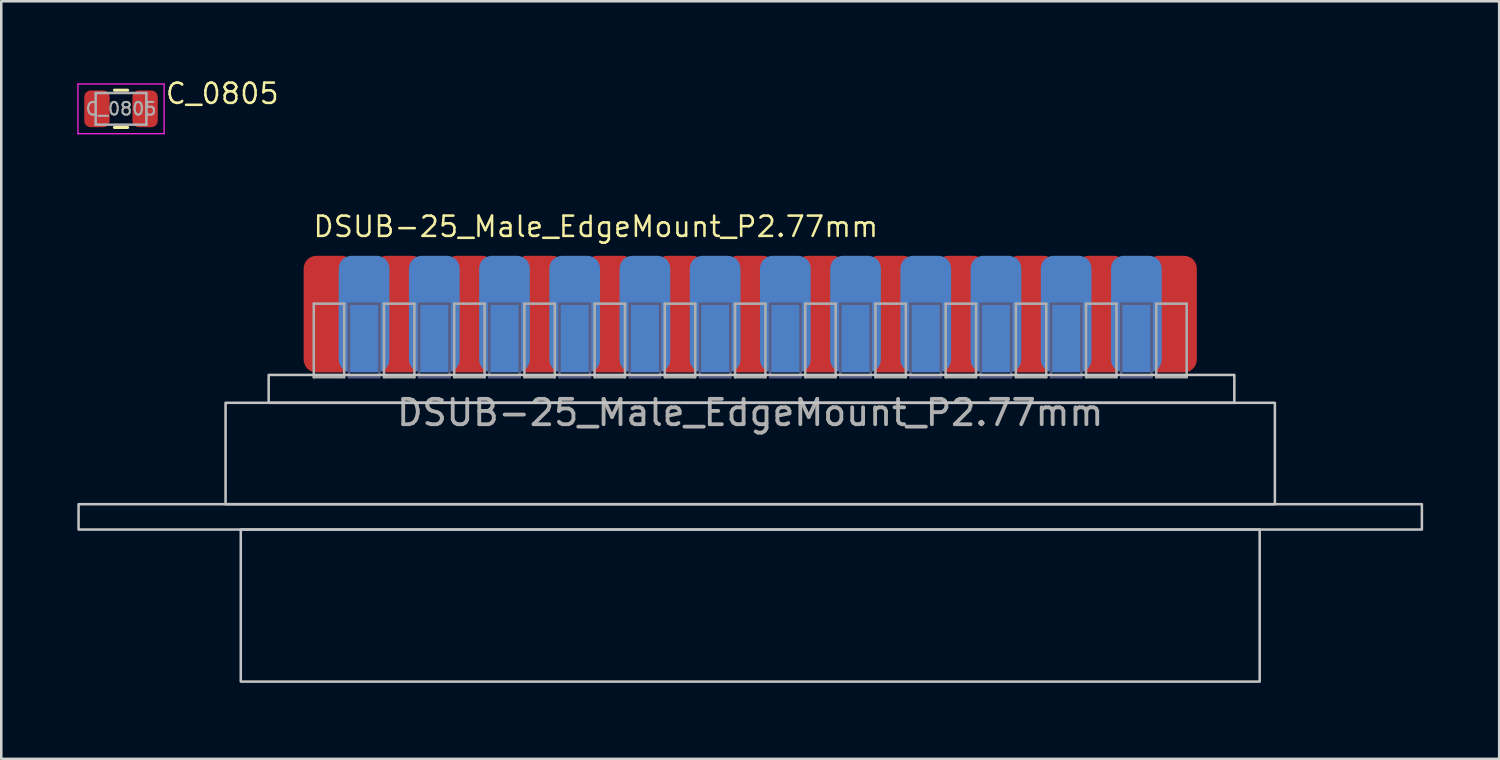
<source format=kicad_pcb>
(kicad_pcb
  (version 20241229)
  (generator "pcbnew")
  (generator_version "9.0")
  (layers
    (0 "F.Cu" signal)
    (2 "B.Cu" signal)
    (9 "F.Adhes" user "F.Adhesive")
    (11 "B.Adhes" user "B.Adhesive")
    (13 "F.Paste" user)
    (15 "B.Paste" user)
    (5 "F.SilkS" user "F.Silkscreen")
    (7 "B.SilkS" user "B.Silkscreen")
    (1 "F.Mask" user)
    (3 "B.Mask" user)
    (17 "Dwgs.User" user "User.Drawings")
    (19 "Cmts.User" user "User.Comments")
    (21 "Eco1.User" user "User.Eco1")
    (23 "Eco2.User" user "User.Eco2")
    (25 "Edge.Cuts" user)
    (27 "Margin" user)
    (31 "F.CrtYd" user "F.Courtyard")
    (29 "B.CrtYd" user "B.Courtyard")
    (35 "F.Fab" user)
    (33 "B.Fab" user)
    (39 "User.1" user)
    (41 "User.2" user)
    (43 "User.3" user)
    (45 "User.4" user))
  (footprint "DSUB-25_Male_EdgeMount_P2.77mm"
    (layer "F.Cu")
    (at 26.55 11.742)
    (property "Reference" "DSUB-25_Male_EdgeMount_P2.77mm" (at -17.3 -5.85 0) (unlocked yes) (layer "F.SilkS") (effects (font (size 0.8 0.8) (thickness 0.1)) (justify left)))
    (attr through_hole)
    (fp_rect (start -26.5 5.1) (end 26.5 6.1) (stroke (width 0.1) (type default)) (fill no) (layer "Dwgs.User"))
    (fp_rect (start -20.7 1.1) (end 20.7 5.1) (stroke (width 0.1) (type default)) (fill no) (layer "Dwgs.User"))
    (fp_rect (start -20.1 6.1) (end 20.1 12.1) (stroke (width 0.1) (type default)) (fill no) (layer "Dwgs.User"))
    (fp_rect (start -19 0) (end 19.1 1.1) (stroke (width 0.1) (type default)) (fill no) (layer "Dwgs.User"))
    (fp_line (start -15.835 -2.81) (end -15.835 0.09) (stroke (width 0.1) (type solid)) (layer "B.Fab"))
    (fp_line (start -15.835 0.09) (end -14.635 0.09) (stroke (width 0.1) (type solid)) (layer "B.Fab"))
    (fp_line (start -14.635 -2.81) (end -15.835 -2.81) (stroke (width 0.1) (type solid)) (layer "B.Fab"))
    (fp_line (start -14.635 0.09) (end -14.635 -2.81) (stroke (width 0.1) (type solid)) (layer "B.Fab"))
    (fp_line (start -13.065 -2.81) (end -13.065 0.09) (stroke (width 0.1) (type solid)) (layer "B.Fab"))
    (fp_line (start -13.065 0.09) (end -11.865 0.09) (stroke (width 0.1) (type solid)) (layer "B.Fab"))
    (fp_line (start -11.865 -2.81) (end -13.065 -2.81) (stroke (width 0.1) (type solid)) (layer "B.Fab"))
    (fp_line (start -11.865 0.09) (end -11.865 -2.81) (stroke (width 0.1) (type solid)) (layer "B.Fab"))
    (fp_line (start -10.295 -2.81) (end -10.295 0.09) (stroke (width 0.1) (type solid)) (layer "B.Fab"))
    (fp_line (start -10.295 0.09) (end -9.095 0.09) (stroke (width 0.1) (type solid)) (layer "B.Fab"))
    (fp_line (start -9.095 -2.81) (end -10.295 -2.81) (stroke (width 0.1) (type solid)) (layer "B.Fab"))
    (fp_line (start -9.095 0.09) (end -9.095 -2.81) (stroke (width 0.1) (type solid)) (layer "B.Fab"))
    (fp_line (start -7.525 -2.81) (end -7.525 0.09) (stroke (width 0.1) (type solid)) (layer "B.Fab"))
    (fp_line (start -7.525 0.09) (end -6.325 0.09) (stroke (width 0.1) (type solid)) (layer "B.Fab"))
    (fp_line (start -6.325 -2.81) (end -7.525 -2.81) (stroke (width 0.1) (type solid)) (layer "B.Fab"))
    (fp_line (start -6.325 0.09) (end -6.325 -2.81) (stroke (width 0.1) (type solid)) (layer "B.Fab"))
    (fp_line (start -4.755 -2.81) (end -4.755 0.09) (stroke (width 0.1) (type solid)) (layer "B.Fab"))
    (fp_line (start -4.755 0.09) (end -3.555 0.09) (stroke (width 0.1) (type solid)) (layer "B.Fab"))
    (fp_line (start -3.555 -2.81) (end -4.755 -2.81) (stroke (width 0.1) (type solid)) (layer "B.Fab"))
    (fp_line (start -3.555 0.09) (end -3.555 -2.81) (stroke (width 0.1) (type solid)) (layer "B.Fab"))
    (fp_line (start -1.985 -2.81) (end -1.985 0.09) (stroke (width 0.1) (type solid)) (layer "B.Fab"))
    (fp_line (start -1.985 0.09) (end -0.785 0.09) (stroke (width 0.1) (type solid)) (layer "B.Fab"))
    (fp_line (start -0.785 -2.81) (end -1.985 -2.81) (stroke (width 0.1) (type solid)) (layer "B.Fab"))
    (fp_line (start -0.785 0.09) (end -0.785 -2.81) (stroke (width 0.1) (type solid)) (layer "B.Fab"))
    (fp_line (start 0.785 -2.81) (end 0.785 0.09) (stroke (width 0.1) (type solid)) (layer "B.Fab"))
    (fp_line (start 0.785 0.09) (end 1.985 0.09) (stroke (width 0.1) (type solid)) (layer "B.Fab"))
    (fp_line (start 1.985 -2.81) (end 0.785 -2.81) (stroke (width 0.1) (type solid)) (layer "B.Fab"))
    (fp_line (start 1.985 0.09) (end 1.985 -2.81) (stroke (width 0.1) (type solid)) (layer "B.Fab"))
    (fp_line (start 3.555 -2.81) (end 3.555 0.09) (stroke (width 0.1) (type solid)) (layer "B.Fab"))
    (fp_line (start 3.555 0.09) (end 4.755 0.09) (stroke (width 0.1) (type solid)) (layer "B.Fab"))
    (fp_line (start 4.755 -2.81) (end 3.555 -2.81) (stroke (width 0.1) (type solid)) (layer "B.Fab"))
    (fp_line (start 4.755 0.09) (end 4.755 -2.81) (stroke (width 0.1) (type solid)) (layer "B.Fab"))
    (fp_line (start 6.325 -2.81) (end 6.325 0.09) (stroke (width 0.1) (type solid)) (layer "B.Fab"))
    (fp_line (start 6.325 0.09) (end 7.525 0.09) (stroke (width 0.1) (type solid)) (layer "B.Fab"))
    (fp_line (start 7.525 -2.81) (end 6.325 -2.81) (stroke (width 0.1) (type solid)) (layer "B.Fab"))
    (fp_line (start 7.525 0.09) (end 7.525 -2.81) (stroke (width 0.1) (type solid)) (layer "B.Fab"))
    (fp_line (start 9.095 -2.81) (end 9.095 0.09) (stroke (width 0.1) (type solid)) (layer "B.Fab"))
    (fp_line (start 9.095 0.09) (end 10.295 0.09) (stroke (width 0.1) (type solid)) (layer "B.Fab"))
    (fp_line (start 10.295 -2.81) (end 9.095 -2.81) (stroke (width 0.1) (type solid)) (layer "B.Fab"))
    (fp_line (start 10.295 0.09) (end 10.295 -2.81) (stroke (width 0.1) (type solid)) (layer "B.Fab"))
    (fp_line (start 11.865 -2.81) (end 11.865 0.09) (stroke (width 0.1) (type solid)) (layer "B.Fab"))
    (fp_line (start 11.865 0.09) (end 13.065 0.09) (stroke (width 0.1) (type solid)) (layer "B.Fab"))
    (fp_line (start 13.065 -2.81) (end 11.865 -2.81) (stroke (width 0.1) (type solid)) (layer "B.Fab"))
    (fp_line (start 13.065 0.09) (end 13.065 -2.81) (stroke (width 0.1) (type solid)) (layer "B.Fab"))
    (fp_line (start 14.635 -2.81) (end 14.635 0.09) (stroke (width 0.1) (type solid)) (layer "B.Fab"))
    (fp_line (start 14.635 0.09) (end 15.835 0.09) (stroke (width 0.1) (type solid)) (layer "B.Fab"))
    (fp_line (start 15.835 -2.81) (end 14.635 -2.81) (stroke (width 0.1) (type solid)) (layer "B.Fab"))
    (fp_line (start 15.835 0.09) (end 15.835 -2.81) (stroke (width 0.1) (type solid)) (layer "B.Fab"))
    (fp_line (start -17.22 -2.81) (end -17.22 0.09) (stroke (width 0.1) (type solid)) (layer "F.Fab"))
    (fp_line (start -17.22 0.09) (end -16.02 0.09) (stroke (width 0.1) (type solid)) (layer "F.Fab"))
    (fp_line (start -16.02 -2.81) (end -17.22 -2.81) (stroke (width 0.1) (type solid)) (layer "F.Fab"))
    (fp_line (start -16.02 0.09) (end -16.02 -2.81) (stroke (width 0.1) (type solid)) (layer "F.Fab"))
    (fp_line (start -14.45 -2.81) (end -14.45 0.09) (stroke (width 0.1) (type solid)) (layer "F.Fab"))
    (fp_line (start -14.45 0.09) (end -13.25 0.09) (stroke (width 0.1) (type solid)) (layer "F.Fab"))
    (fp_line (start -13.25 -2.81) (end -14.45 -2.81) (stroke (width 0.1) (type solid)) (layer "F.Fab"))
    (fp_line (start -13.25 0.09) (end -13.25 -2.81) (stroke (width 0.1) (type solid)) (layer "F.Fab"))
    (fp_line (start -11.68 -2.81) (end -11.68 0.09) (stroke (width 0.1) (type solid)) (layer "F.Fab"))
    (fp_line (start -11.68 0.09) (end -10.48 0.09) (stroke (width 0.1) (type solid)) (layer "F.Fab"))
    (fp_line (start -10.48 -2.81) (end -11.68 -2.81) (stroke (width 0.1) (type solid)) (layer "F.Fab"))
    (fp_line (start -10.48 0.09) (end -10.48 -2.81) (stroke (width 0.1) (type solid)) (layer "F.Fab"))
    (fp_line (start -8.91 -2.81) (end -8.91 0.09) (stroke (width 0.1) (type solid)) (layer "F.Fab"))
    (fp_line (start -8.91 0.09) (end -7.71 0.09) (stroke (width 0.1) (type solid)) (layer "F.Fab"))
    (fp_line (start -7.71 -2.81) (end -8.91 -2.81) (stroke (width 0.1) (type solid)) (layer "F.Fab"))
    (fp_line (start -7.71 0.09) (end -7.71 -2.81) (stroke (width 0.1) (type solid)) (layer "F.Fab"))
    (fp_line (start -6.14 -2.81) (end -6.14 0.09) (stroke (width 0.1) (type solid)) (layer "F.Fab"))
    (fp_line (start -6.14 0.09) (end -4.94 0.09) (stroke (width 0.1) (type solid)) (layer "F.Fab"))
    (fp_line (start -4.94 -2.81) (end -6.14 -2.81) (stroke (width 0.1) (type solid)) (layer "F.Fab"))
    (fp_line (start -4.94 0.09) (end -4.94 -2.81) (stroke (width 0.1) (type solid)) (layer "F.Fab"))
    (fp_line (start -3.37 -2.81) (end -3.37 0.09) (stroke (width 0.1) (type solid)) (layer "F.Fab"))
    (fp_line (start -3.37 0.09) (end -2.17 0.09) (stroke (width 0.1) (type solid)) (layer "F.Fab"))
    (fp_line (start -2.17 -2.81) (end -3.37 -2.81) (stroke (width 0.1) (type solid)) (layer "F.Fab"))
    (fp_line (start -2.17 0.09) (end -2.17 -2.81) (stroke (width 0.1) (type solid)) (layer "F.Fab"))
    (fp_line (start -0.6 -2.81) (end -0.6 0.09) (stroke (width 0.1) (type solid)) (layer "F.Fab"))
    (fp_line (start -0.6 0.09) (end 0.6 0.09) (stroke (width 0.1) (type solid)) (layer "F.Fab"))
    (fp_line (start 0.6 -2.81) (end -0.6 -2.81) (stroke (width 0.1) (type solid)) (layer "F.Fab"))
    (fp_line (start 0.6 0.09) (end 0.6 -2.81) (stroke (width 0.1) (type solid)) (layer "F.Fab"))
    (fp_line (start 2.17 -2.81) (end 2.17 0.09) (stroke (width 0.1) (type solid)) (layer "F.Fab"))
    (fp_line (start 2.17 0.09) (end 3.37 0.09) (stroke (width 0.1) (type solid)) (layer "F.Fab"))
    (fp_line (start 3.37 -2.81) (end 2.17 -2.81) (stroke (width 0.1) (type solid)) (layer "F.Fab"))
    (fp_line (start 3.37 0.09) (end 3.37 -2.81) (stroke (width 0.1) (type solid)) (layer "F.Fab"))
    (fp_line (start 4.94 -2.81) (end 4.94 0.09) (stroke (width 0.1) (type solid)) (layer "F.Fab"))
    (fp_line (start 4.94 0.09) (end 6.14 0.09) (stroke (width 0.1) (type solid)) (layer "F.Fab"))
    (fp_line (start 6.14 -2.81) (end 4.94 -2.81) (stroke (width 0.1) (type solid)) (layer "F.Fab"))
    (fp_line (start 6.14 0.09) (end 6.14 -2.81) (stroke (width 0.1) (type solid)) (layer "F.Fab"))
    (fp_line (start 7.71 -2.81) (end 7.71 0.09) (stroke (width 0.1) (type solid)) (layer "F.Fab"))
    (fp_line (start 7.71 0.09) (end 8.91 0.09) (stroke (width 0.1) (type solid)) (layer "F.Fab"))
    (fp_line (start 8.91 -2.81) (end 7.71 -2.81) (stroke (width 0.1) (type solid)) (layer "F.Fab"))
    (fp_line (start 8.91 0.09) (end 8.91 -2.81) (stroke (width 0.1) (type solid)) (layer "F.Fab"))
    (fp_line (start 10.48 -2.81) (end 10.48 0.09) (stroke (width 0.1) (type solid)) (layer "F.Fab"))
    (fp_line (start 10.48 0.09) (end 11.68 0.09) (stroke (width 0.1) (type solid)) (layer "F.Fab"))
    (fp_line (start 11.68 -2.81) (end 10.48 -2.81) (stroke (width 0.1) (type solid)) (layer "F.Fab"))
    (fp_line (start 11.68 0.09) (end 11.68 -2.81) (stroke (width 0.1) (type solid)) (layer "F.Fab"))
    (fp_line (start 13.25 -2.81) (end 13.25 0.09) (stroke (width 0.1) (type solid)) (layer "F.Fab"))
    (fp_line (start 13.25 0.09) (end 14.45 0.09) (stroke (width 0.1) (type solid)) (layer "F.Fab"))
    (fp_line (start 14.45 -2.81) (end 13.25 -2.81) (stroke (width 0.1) (type solid)) (layer "F.Fab"))
    (fp_line (start 14.45 0.09) (end 14.45 -2.81) (stroke (width 0.1) (type solid)) (layer "F.Fab"))
    (fp_line (start 16.02 -2.81) (end 16.02 0.09) (stroke (width 0.1) (type solid)) (layer "F.Fab"))
    (fp_line (start 16.02 0.09) (end 17.22 0.09) (stroke (width 0.1) (type solid)) (layer "F.Fab"))
    (fp_line (start 17.22 -2.81) (end 16.02 -2.81) (stroke (width 0.1) (type solid)) (layer "F.Fab"))
    (fp_line (start 17.22 0.09) (end 17.22 -2.81) (stroke (width 0.1) (type solid)) (layer "F.Fab"))
    (fp_text user "${REFERENCE}" (at 0 1.49 0) (layer "F.Fab") (effects (font (size 1 1) (thickness 0.15))))
    (pad "1" smd roundrect (at -16.62 -2.4) (size 2 4.6) (layers "F.Cu" "F.Mask") (roundrect_rratio 0.25))
    (pad "2" smd roundrect (at -13.85 -2.4) (size 2 4.6) (layers "F.Cu" "F.Mask") (roundrect_rratio 0.25))
    (pad "3" smd roundrect (at -11.08 -2.4) (size 2 4.6) (layers "F.Cu" "F.Mask") (roundrect_rratio 0.25))
    (pad "4" smd roundrect (at -8.31 -2.4) (size 2 4.6) (layers "F.Cu" "F.Mask") (roundrect_rratio 0.25))
    (pad "5" smd roundrect (at -5.54 -2.4) (size 2 4.6) (layers "F.Cu" "F.Mask") (roundrect_rratio 0.25))
    (pad "6" smd roundrect (at -2.77 -2.4) (size 2 4.6) (layers "F.Cu" "F.Mask") (roundrect_rratio 0.25))
    (pad "7" smd roundrect (at 0 -2.4) (size 2 4.6) (layers "F.Cu" "F.Mask") (roundrect_rratio 0.25))
    (pad "8" smd roundrect (at 2.77 -2.4) (size 2 4.6) (layers "F.Cu" "F.Mask") (roundrect_rratio 0.25))
    (pad "9" smd roundrect (at 5.54 -2.4) (size 2 4.6) (layers "F.Cu" "F.Mask") (roundrect_rratio 0.25))
    (pad "10" smd roundrect (at 8.31 -2.4) (size 2 4.6) (layers "F.Cu" "F.Mask") (roundrect_rratio 0.25))
    (pad "11" smd roundrect (at 11.08 -2.4) (size 2 4.6) (layers "F.Cu" "F.Mask") (roundrect_rratio 0.25))
    (pad "12" smd roundrect (at 13.85 -2.4) (size 2 4.6) (layers "F.Cu" "F.Mask") (roundrect_rratio 0.25))
    (pad "13" smd roundrect (at 16.62 -2.4) (size 2 4.6) (layers "F.Cu" "F.Mask") (roundrect_rratio 0.25))
    (pad "14" smd roundrect (at -15.235 -2.4) (size 2 4.6) (layers "B.Cu" "B.Mask") (roundrect_rratio 0.25))
    (pad "15" smd roundrect (at -12.465 -2.4) (size 2 4.6) (layers "B.Cu" "B.Mask") (roundrect_rratio 0.25))
    (pad "16" smd roundrect (at -9.695 -2.4) (size 2 4.6) (layers "B.Cu" "B.Mask") (roundrect_rratio 0.25))
    (pad "17" smd roundrect (at -6.925 -2.4) (size 2 4.6) (layers "B.Cu" "B.Mask") (roundrect_rratio 0.25))
    (pad "18" smd roundrect (at -4.155 -2.4) (size 2 4.6) (layers "B.Cu" "B.Mask") (roundrect_rratio 0.25))
    (pad "19" smd roundrect (at -1.385 -2.4) (size 2 4.6) (layers "B.Cu" "B.Mask") (roundrect_rratio 0.25))
    (pad "20" smd roundrect (at 1.385 -2.4) (size 2 4.6) (layers "B.Cu" "B.Mask") (roundrect_rratio 0.25))
    (pad "21" smd roundrect (at 4.155 -2.4) (size 2 4.6) (layers "B.Cu" "B.Mask") (roundrect_rratio 0.25))
    (pad "22" smd roundrect (at 6.925 -2.4) (size 2 4.6) (layers "B.Cu" "B.Mask") (roundrect_rratio 0.25))
    (pad "23" smd roundrect (at 9.695 -2.4) (size 2 4.6) (layers "B.Cu" "B.Mask") (roundrect_rratio 0.25))
    (pad "24" smd roundrect (at 12.465 -2.4) (size 2 4.6) (layers "B.Cu" "B.Mask") (roundrect_rratio 0.25))
    (pad "25" smd roundrect (at 15.235 -2.4) (size 2 4.6) (layers "B.Cu" "B.Mask") (roundrect_rratio 0.25)))
  (footprint "C_0805"
    (layer "F.Cu")
    (at 1.725 1.244)
    (property "Reference" "C_0805" (at 1.7 -0.6 0) (unlocked yes) (layer "F.SilkS") (effects (font (size 0.8 0.8) (thickness 0.1)) (justify left)))
    (attr smd)
    (fp_line (start -0.261 -0.735) (end 0.261 -0.735) (stroke (width 0.12) (type solid)) (layer "F.SilkS"))
    (fp_line (start -0.261 0.735) (end 0.261 0.735) (stroke (width 0.12) (type solid)) (layer "F.SilkS"))
    (fp_line (start -1.7 -0.98) (end 1.7 -0.98) (stroke (width 0.05) (type solid)) (layer "F.CrtYd"))
    (fp_line (start -1.7 0.98) (end -1.7 -0.98) (stroke (width 0.05) (type solid)) (layer "F.CrtYd"))
    (fp_line (start 1.7 -0.98) (end 1.7 0.98) (stroke (width 0.05) (type solid)) (layer "F.CrtYd"))
    (fp_line (start 1.7 0.98) (end -1.7 0.98) (stroke (width 0.05) (type solid)) (layer "F.CrtYd"))
    (fp_line (start -1 -0.625) (end 1 -0.625) (stroke (width 0.1) (type solid)) (layer "F.Fab"))
    (fp_line (start -1 0.625) (end -1 -0.625) (stroke (width 0.1) (type solid)) (layer "F.Fab"))
    (fp_line (start 1 -0.625) (end 1 0.625) (stroke (width 0.1) (type solid)) (layer "F.Fab"))
    (fp_line (start 1 0.625) (end -1 0.625) (stroke (width 0.1) (type solid)) (layer "F.Fab"))
    (fp_text user "${REFERENCE}" (at 0 0 0) (layer "F.Fab") (effects (font (size 0.5 0.5) (thickness 0.08))))
    (pad "1" smd roundrect (at -0.95 0) (size 1 1.45) (layers "F.Cu" "F.Mask" "F.Paste") (roundrect_rratio 0.25))
    (pad "2" smd roundrect (at 0.95 0) (size 1 1.45) (layers "F.Cu" "F.Mask" "F.Paste") (roundrect_rratio 0.25)))
  (gr_rect
    (start -3 -3)
    (end 56.1 26.892)
    (stroke (width 0.1) (type default))
    (fill no)
    (layer "Edge.Cuts")))
</source>
